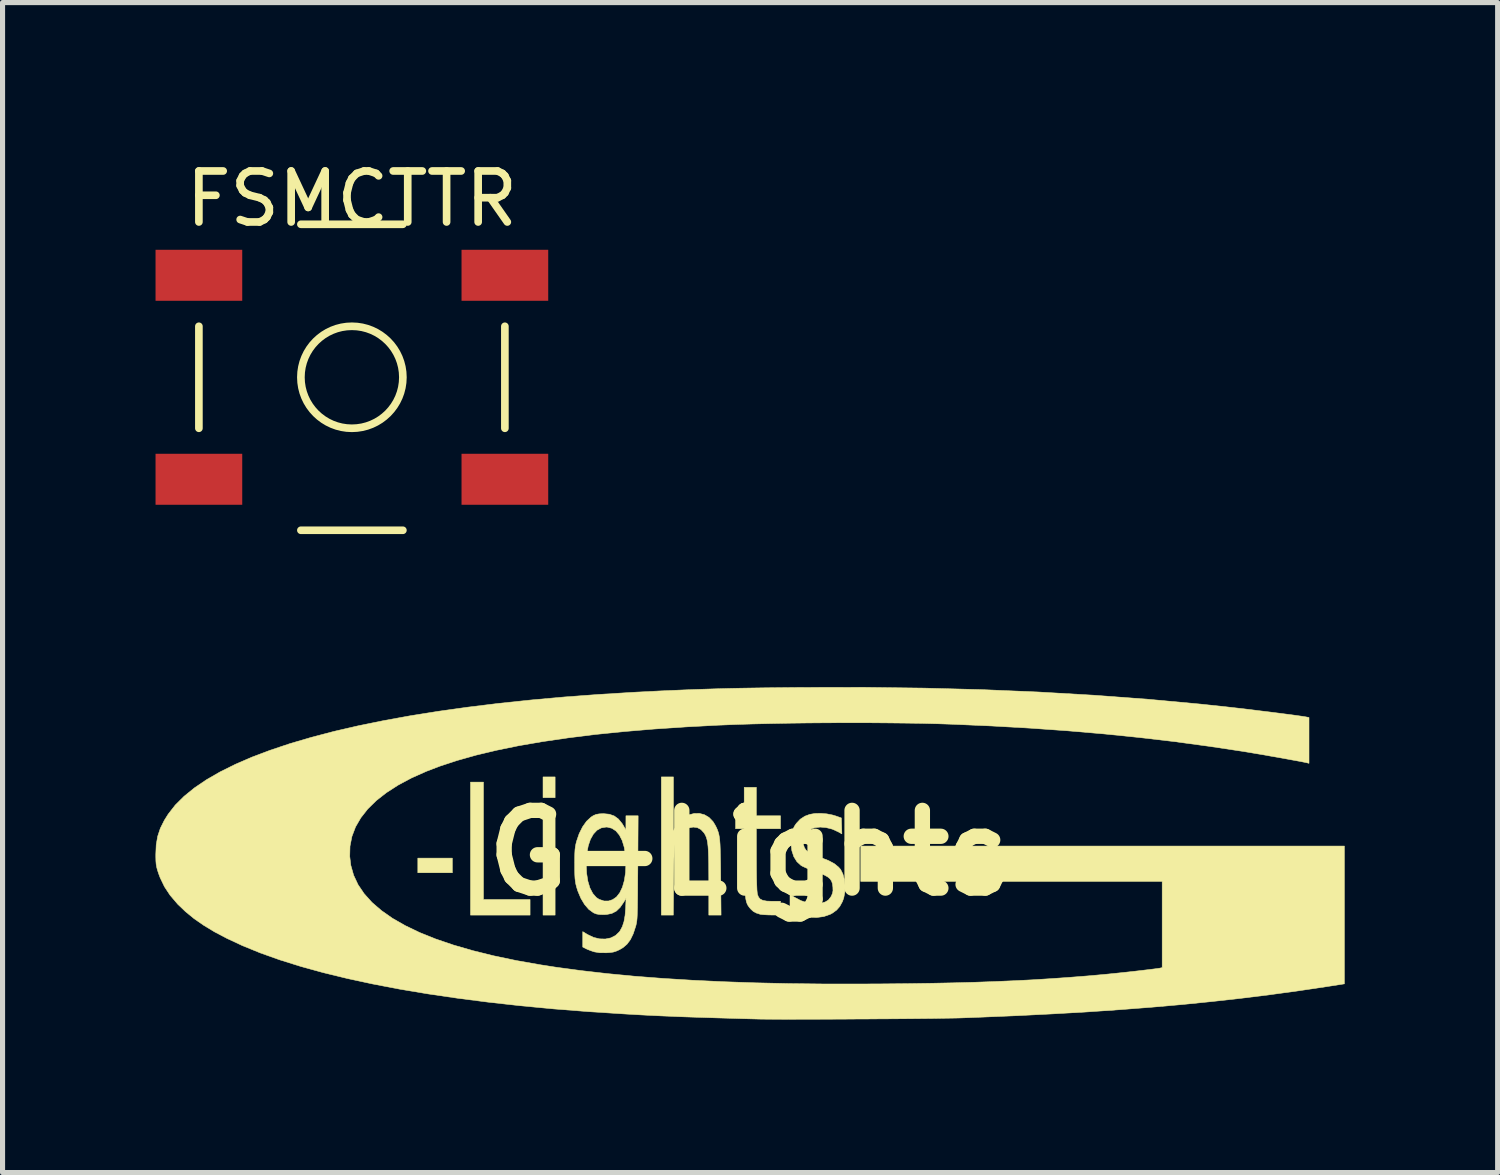
<source format=kicad_pcb>
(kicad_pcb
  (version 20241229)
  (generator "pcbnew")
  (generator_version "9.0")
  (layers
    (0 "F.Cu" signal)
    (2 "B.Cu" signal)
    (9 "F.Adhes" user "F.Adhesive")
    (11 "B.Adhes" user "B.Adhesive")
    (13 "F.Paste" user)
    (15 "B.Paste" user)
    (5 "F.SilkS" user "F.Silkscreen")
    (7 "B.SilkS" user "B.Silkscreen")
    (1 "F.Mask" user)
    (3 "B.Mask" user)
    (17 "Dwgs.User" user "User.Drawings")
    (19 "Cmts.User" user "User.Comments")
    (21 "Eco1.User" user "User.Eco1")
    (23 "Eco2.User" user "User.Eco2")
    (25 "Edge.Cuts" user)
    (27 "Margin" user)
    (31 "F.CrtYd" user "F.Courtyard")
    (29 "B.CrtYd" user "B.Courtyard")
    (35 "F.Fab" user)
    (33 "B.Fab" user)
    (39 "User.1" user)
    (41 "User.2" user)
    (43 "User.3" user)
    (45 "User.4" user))
  (footprint "G-Lights"
    (layer "F.Cu")
    (at 11.662 13.675)
    (property "Reference" "G-Lights" (at 0 0 0) (layer "F.SilkS") (effects (font (size 1.524 1.524) (thickness 0.3))))
    (attr through_hole)
    (fp_poly (pts (xy -5.842 0.389) (xy -6.519 0.389) (xy -6.519 0.102) (xy -5.842 0.102) (xy -5.842 0.389)) (stroke (width 0.01) (type solid)) (fill yes) (layer "F.SilkS"))
    (fp_poly (pts (xy -3.827 -1.084) (xy -4.064 -1.084) (xy -4.064 -1.49) (xy -3.827 -1.49) (xy -3.827 -1.084)) (stroke (width 0.01) (type solid)) (fill yes) (layer "F.SilkS"))
    (fp_poly (pts (xy -3.827 1.219) (xy -4.064 1.219) (xy -4.064 -0.728) (xy -3.827 -0.728) (xy -3.827 1.219)) (stroke (width 0.01) (type solid)) (fill yes) (layer "F.SilkS"))
    (fp_poly (pts (xy -5.232 0.914) (xy -4.318 0.914) (xy -4.318 1.219) (xy -5.486 1.219) (xy -5.486 -1.389) (xy -5.232 -1.389) (xy -5.232 0.914)) (stroke (width 0.01) (type solid)) (fill yes) (layer "F.SilkS"))
    (fp_poly (pts (xy 0.119 -0.728) (xy 0.593 -0.728) (xy 0.593 -0.474) (xy 0.119 -0.474) (xy 0.12 0.131) (xy 0.121 0.33) (xy 0.123 0.496) (xy 0.127 0.628) (xy 0.131 0.726) (xy 0.137 0.79) (xy 0.141 0.813) (xy 0.162 0.867) (xy 0.195 0.905) (xy 0.246 0.93) (xy 0.32 0.944) (xy 0.421 0.948) (xy 0.436 0.948) (xy 0.593 0.948) (xy 0.593 1.219) (xy 0.419 1.217) (xy 0.34 1.215) (xy 0.268 1.211) (xy 0.214 1.206) (xy 0.195 1.203) (xy 0.117 1.178) (xy 0.06 1.147) (xy 0.011 1.102) (xy 0.004 1.094) (xy -0.022 1.063) (xy -0.044 1.032) (xy -0.062 0.997) (xy -0.076 0.957) (xy -0.087 0.906) (xy -0.096 0.841) (xy -0.102 0.76) (xy -0.107 0.659) (xy -0.11 0.535) (xy -0.112 0.383) (xy -0.114 0.201) (xy -0.114 0.19) (xy -0.121 -0.474) (xy -0.288 -0.474) (xy -0.288 -0.728) (xy -0.119 -0.728) (xy -0.119 -1.287) (xy 0.119 -1.287) (xy 0.119 -0.728)) (stroke (width 0.01) (type solid)) (fill yes) (layer "F.SilkS"))
    (fp_poly (pts (xy -1.507 -0.961) (xy -1.507 -0.432) (xy -1.463 -0.508) (xy -1.388 -0.614) (xy -1.299 -0.694) (xy -1.202 -0.747) (xy -1.1 -0.774) (xy -0.997 -0.775) (xy -0.899 -0.749) (xy -0.809 -0.696) (xy -0.731 -0.615) (xy -0.687 -0.543) (xy -0.664 -0.498) (xy -0.645 -0.455) (xy -0.63 -0.413) (xy -0.617 -0.367) (xy -0.607 -0.314) (xy -0.599 -0.25) (xy -0.593 -0.172) (xy -0.589 -0.076) (xy -0.586 0.041) (xy -0.583 0.182) (xy -0.581 0.352) (xy -0.58 0.478) (xy -0.573 1.219) (xy -0.813 1.219) (xy -0.813 0.563) (xy -0.814 0.371) (xy -0.815 0.21) (xy -0.818 0.075) (xy -0.822 -0.035) (xy -0.828 -0.125) (xy -0.836 -0.197) (xy -0.847 -0.256) (xy -0.861 -0.304) (xy -0.878 -0.345) (xy -0.899 -0.382) (xy -0.907 -0.394) (xy -0.967 -0.459) (xy -1.039 -0.497) (xy -1.118 -0.507) (xy -1.199 -0.492) (xy -1.279 -0.453) (xy -1.353 -0.392) (xy -1.416 -0.311) (xy -1.464 -0.21) (xy -1.468 -0.198) (xy -1.475 -0.172) (xy -1.482 -0.14) (xy -1.487 -0.098) (xy -1.491 -0.045) (xy -1.494 0.025) (xy -1.497 0.114) (xy -1.499 0.226) (xy -1.501 0.364) (xy -1.503 0.532) (xy -1.503 0.555) (xy -1.509 1.219) (xy -1.744 1.219) (xy -1.744 -1.49) (xy -1.507 -1.49) (xy -1.507 -0.961)) (stroke (width 0.01) (type solid)) (fill yes) (layer "F.SilkS"))
    (fp_poly (pts (xy 1.501 -0.766) (xy 1.617 -0.743) (xy 1.676 -0.725) (xy 1.786 -0.686) (xy 1.791 -0.53) (xy 1.796 -0.374) (xy 1.724 -0.414) (xy 1.607 -0.467) (xy 1.487 -0.497) (xy 1.371 -0.507) (xy 1.264 -0.495) (xy 1.171 -0.462) (xy 1.098 -0.409) (xy 1.078 -0.386) (xy 1.05 -0.324) (xy 1.037 -0.246) (xy 1.041 -0.166) (xy 1.062 -0.102) (xy 1.091 -0.058) (xy 1.132 -0.02) (xy 1.19 0.015) (xy 1.27 0.051) (xy 1.378 0.09) (xy 1.387 0.093) (xy 1.533 0.149) (xy 1.647 0.21) (xy 1.731 0.278) (xy 1.771 0.324) (xy 1.816 0.413) (xy 1.846 0.523) (xy 1.859 0.643) (xy 1.855 0.766) (xy 1.833 0.881) (xy 1.808 0.952) (xy 1.755 1.049) (xy 1.692 1.121) (xy 1.612 1.179) (xy 1.566 1.204) (xy 1.442 1.247) (xy 1.301 1.266) (xy 1.15 1.26) (xy 1.033 1.237) (xy 0.961 1.217) (xy 0.893 1.196) (xy 0.844 1.178) (xy 0.842 1.178) (xy 0.779 1.151) (xy 0.779 0.815) (xy 0.874 0.873) (xy 0.992 0.935) (xy 1.104 0.972) (xy 1.223 0.989) (xy 1.278 0.99) (xy 1.387 0.984) (xy 1.469 0.962) (xy 1.532 0.923) (xy 1.579 0.863) (xy 1.589 0.846) (xy 1.612 0.792) (xy 1.622 0.741) (xy 1.62 0.675) (xy 1.62 0.671) (xy 1.611 0.604) (xy 1.593 0.551) (xy 1.562 0.506) (xy 1.514 0.467) (xy 1.445 0.43) (xy 1.351 0.391) (xy 1.251 0.355) (xy 1.169 0.325) (xy 1.092 0.293) (xy 1.029 0.264) (xy 0.996 0.246) (xy 0.915 0.172) (xy 0.854 0.074) (xy 0.815 -0.044) (xy 0.799 -0.178) (xy 0.801 -0.262) (xy 0.813 -0.369) (xy 0.833 -0.452) (xy 0.864 -0.521) (xy 0.903 -0.579) (xy 0.981 -0.662) (xy 1.072 -0.721) (xy 1.167 -0.756) (xy 1.263 -0.773) (xy 1.379 -0.776) (xy 1.501 -0.766)) (stroke (width 0.01) (type solid)) (fill yes) (layer "F.SilkS"))
    (fp_poly (pts (xy -2.764 -0.759) (xy -2.668 -0.725) (xy -2.586 -0.665) (xy -2.513 -0.576) (xy -2.482 -0.525) (xy -2.439 -0.449) (xy -2.438 -0.728) (xy -2.199 -0.728) (xy -2.205 0.292) (xy -2.207 0.504) (xy -2.208 0.685) (xy -2.209 0.838) (xy -2.211 0.965) (xy -2.212 1.071) (xy -2.215 1.156) (xy -2.217 1.225) (xy -2.22 1.28) (xy -2.224 1.324) (xy -2.229 1.359) (xy -2.235 1.39) (xy -2.241 1.418) (xy -2.248 1.442) (xy -2.295 1.585) (xy -2.35 1.699) (xy -2.416 1.788) (xy -2.496 1.857) (xy -2.566 1.898) (xy -2.629 1.926) (xy -2.686 1.944) (xy -2.751 1.953) (xy -2.823 1.958) (xy -2.951 1.957) (xy -3.052 1.941) (xy -3.061 1.939) (xy -3.127 1.917) (xy -3.193 1.891) (xy -3.217 1.88) (xy -3.285 1.845) (xy -3.285 1.543) (xy -3.191 1.6) (xy -3.074 1.656) (xy -2.955 1.685) (xy -2.84 1.688) (xy -2.734 1.666) (xy -2.641 1.618) (xy -2.566 1.546) (xy -2.553 1.527) (xy -2.508 1.443) (xy -2.476 1.344) (xy -2.455 1.224) (xy -2.444 1.084) (xy -2.436 0.889) (xy -2.481 0.965) (xy -2.552 1.068) (xy -2.628 1.141) (xy -2.715 1.186) (xy -2.817 1.207) (xy -2.879 1.21) (xy -2.96 1.207) (xy -3.02 1.196) (xy -3.072 1.175) (xy -3.075 1.173) (xy -3.166 1.107) (xy -3.249 1.011) (xy -3.322 0.889) (xy -3.383 0.744) (xy -3.408 0.663) (xy -3.421 0.61) (xy -3.43 0.557) (xy -3.437 0.498) (xy -3.441 0.425) (xy -3.443 0.332) (xy -3.443 0.22) (xy -3.217 0.22) (xy -3.209 0.399) (xy -3.184 0.556) (xy -3.144 0.688) (xy -3.088 0.795) (xy -3.019 0.874) (xy -2.964 0.91) (xy -2.87 0.942) (xy -2.779 0.942) (xy -2.699 0.916) (xy -2.623 0.863) (xy -2.559 0.781) (xy -2.507 0.672) (xy -2.469 0.54) (xy -2.446 0.385) (xy -2.439 0.22) (xy -2.447 0.043) (xy -2.472 -0.112) (xy -2.512 -0.244) (xy -2.567 -0.351) (xy -2.635 -0.432) (xy -2.715 -0.484) (xy -2.807 -0.507) (xy -2.828 -0.507) (xy -2.922 -0.491) (xy -3.006 -0.445) (xy -3.076 -0.37) (xy -3.134 -0.268) (xy -3.177 -0.141) (xy -3.205 0.01) (xy -3.217 0.182) (xy -3.217 0.22) (xy -3.443 0.22) (xy -3.443 0.102) (xy -3.441 0.01) (xy -3.437 -0.062) (xy -3.43 -0.12) (xy -3.42 -0.173) (xy -3.408 -0.223) (xy -3.355 -0.378) (xy -3.288 -0.512) (xy -3.21 -0.622) (xy -3.122 -0.703) (xy -3.075 -0.733) (xy -3.023 -0.755) (xy -2.963 -0.766) (xy -2.883 -0.77) (xy -2.879 -0.77) (xy -2.764 -0.759)) (stroke (width 0.01) (type solid)) (fill yes) (layer "F.SilkS"))
    (fp_poly (pts (xy 3.407 -3.232) (xy 4.547 -3.202) (xy 5.66 -3.155) (xy 6.746 -3.092) (xy 7.804 -3.013) (xy 8.833 -2.918) (xy 9.367 -2.861) (xy 9.517 -2.844) (xy 9.676 -2.826) (xy 9.841 -2.806) (xy 10.008 -2.785) (xy 10.173 -2.765) (xy 10.331 -2.745) (xy 10.478 -2.726) (xy 10.611 -2.709) (xy 10.726 -2.693) (xy 10.817 -2.68) (xy 10.882 -2.67) (xy 10.909 -2.665) (xy 10.956 -2.656) (xy 10.956 -1.757) (xy 10.914 -1.768) (xy 10.875 -1.776) (xy 10.807 -1.79) (xy 10.715 -1.807) (xy 10.604 -1.827) (xy 10.48 -1.85) (xy 10.346 -1.874) (xy 10.207 -1.898) (xy 10.069 -1.923) (xy 9.936 -1.945) (xy 9.813 -1.966) (xy 9.705 -1.984) (xy 9.67 -1.99) (xy 8.997 -2.091) (xy 8.319 -2.183) (xy 7.634 -2.263) (xy 6.936 -2.334) (xy 6.222 -2.395) (xy 5.487 -2.447) (xy 4.728 -2.49) (xy 3.971 -2.523) (xy 3.681 -2.533) (xy 3.363 -2.541) (xy 3.021 -2.546) (xy 2.66 -2.55) (xy 2.287 -2.553) (xy 1.905 -2.553) (xy 1.519 -2.552) (xy 1.136 -2.549) (xy 0.76 -2.544) (xy 0.396 -2.537) (xy 0.049 -2.529) (xy -0.276 -2.519) (xy -0.573 -2.507) (xy -0.61 -2.506) (xy -1.268 -2.471) (xy -1.894 -2.429) (xy -2.487 -2.379) (xy -3.048 -2.322) (xy -3.576 -2.256) (xy -4.073 -2.183) (xy -4.538 -2.103) (xy -4.972 -2.014) (xy -5.375 -1.918) (xy -5.747 -1.813) (xy -6.088 -1.701) (xy -6.352 -1.6) (xy -6.644 -1.47) (xy -6.905 -1.33) (xy -7.135 -1.182) (xy -7.334 -1.026) (xy -7.501 -0.862) (xy -7.636 -0.69) (xy -7.74 -0.511) (xy -7.811 -0.324) (xy -7.849 -0.132) (xy -7.854 0.068) (xy -7.833 0.243) (xy -7.778 0.437) (xy -7.691 0.623) (xy -7.571 0.8) (xy -7.419 0.969) (xy -7.234 1.129) (xy -7.016 1.282) (xy -6.766 1.425) (xy -6.483 1.561) (xy -6.167 1.688) (xy -5.82 1.806) (xy -5.44 1.916) (xy -5.027 2.018) (xy -4.583 2.111) (xy -4.106 2.195) (xy -3.797 2.243) (xy -3.312 2.308) (xy -2.806 2.366) (xy -2.276 2.417) (xy -1.721 2.46) (xy -1.141 2.496) (xy -0.534 2.525) (xy 0.101 2.547) (xy 0.765 2.562) (xy 1.459 2.57) (xy 2.185 2.57) (xy 2.591 2.568) (xy 3.085 2.563) (xy 3.549 2.556) (xy 3.986 2.547) (xy 4.399 2.536) (xy 4.792 2.522) (xy 5.168 2.506) (xy 5.531 2.488) (xy 5.884 2.466) (xy 6.23 2.442) (xy 6.573 2.415) (xy 6.892 2.387) (xy 7.008 2.376) (xy 7.137 2.363) (xy 7.273 2.349) (xy 7.412 2.334) (xy 7.548 2.319) (xy 7.677 2.304) (xy 7.794 2.29) (xy 7.893 2.278) (xy 7.971 2.268) (xy 8.021 2.261) (xy 8.031 2.259) (xy 8.077 2.249) (xy 8.077 0.559) (xy 2.167 0.559) (xy 2.167 -0.135) (xy 11.65 -0.135) (xy 11.65 2.567) (xy 11.299 2.622) (xy 10.747 2.704) (xy 10.191 2.78) (xy 9.627 2.85) (xy 9.053 2.914) (xy 8.466 2.973) (xy 7.862 3.026) (xy 7.241 3.074) (xy 6.597 3.118) (xy 5.93 3.156) (xy 5.236 3.191) (xy 4.513 3.221) (xy 4.115 3.236) (xy 4.033 3.238) (xy 3.921 3.24) (xy 3.783 3.242) (xy 3.62 3.245) (xy 3.437 3.247) (xy 3.236 3.249) (xy 3.021 3.251) (xy 2.794 3.253) (xy 2.559 3.254) (xy 2.318 3.256) (xy 2.076 3.257) (xy 1.834 3.259) (xy 1.597 3.26) (xy 1.366 3.261) (xy 1.146 3.261) (xy 0.939 3.261) (xy 0.748 3.262) (xy 0.577 3.261) (xy 0.429 3.261) (xy 0.306 3.26) (xy 0.212 3.259) (xy 0.169 3.258) (xy -0.13 3.25) (xy -0.4 3.242) (xy -0.642 3.235) (xy -0.86 3.228) (xy -1.058 3.222) (xy -1.239 3.216) (xy -1.407 3.21) (xy -1.565 3.203) (xy -1.715 3.197) (xy -1.863 3.19) (xy -2.01 3.183) (xy -2.161 3.175) (xy -2.319 3.166) (xy -2.472 3.157) (xy -3.171 3.112) (xy -3.848 3.059) (xy -4.502 2.997) (xy -5.132 2.927) (xy -5.738 2.849) (xy -6.319 2.764) (xy -6.874 2.671) (xy -7.402 2.57) (xy -7.902 2.462) (xy -8.374 2.347) (xy -8.816 2.225) (xy -9.228 2.096) (xy -9.61 1.96) (xy -9.96 1.817) (xy -10.262 1.676) (xy -10.505 1.548) (xy -10.718 1.419) (xy -10.907 1.288) (xy -11.074 1.151) (xy -11.226 1.006) (xy -11.237 0.993) (xy -11.377 0.829) (xy -11.487 0.662) (xy -11.572 0.485) (xy -11.602 0.405) (xy -11.625 0.335) (xy -11.64 0.278) (xy -11.65 0.222) (xy -11.655 0.159) (xy -11.657 0.078) (xy -11.657 0.025) (xy -11.649 -0.159) (xy -11.62 -0.326) (xy -11.568 -0.483) (xy -11.49 -0.639) (xy -11.413 -0.762) (xy -11.275 -0.939) (xy -11.103 -1.11) (xy -10.9 -1.275) (xy -10.664 -1.435) (xy -10.397 -1.589) (xy -10.099 -1.737) (xy -9.771 -1.879) (xy -9.413 -2.014) (xy -9.025 -2.144) (xy -8.609 -2.266) (xy -8.164 -2.383) (xy -7.692 -2.492) (xy -7.192 -2.594) (xy -6.665 -2.69) (xy -6.112 -2.778) (xy -5.534 -2.859) (xy -4.93 -2.933) (xy -4.301 -2.999) (xy -3.648 -3.058) (xy -2.972 -3.108) (xy -2.272 -3.151) (xy -1.803 -3.175) (xy -1.552 -3.186) (xy -1.316 -3.196) (xy -1.09 -3.205) (xy -0.871 -3.212) (xy -0.654 -3.219) (xy -0.433 -3.225) (xy -0.203 -3.23) (xy 0.038 -3.234) (xy 0.298 -3.238) (xy 0.579 -3.241) (xy 0.887 -3.244) (xy 1.05 -3.245) (xy 2.241 -3.247) (xy 3.407 -3.232)) (stroke (width 0.01) (type solid)) (fill yes) (layer "F.SilkS")))
  (footprint "FSMCTTR"
    (layer "F.Cu")
    (at 3.85 0.348)
    (property "Reference" "FSMCTTR" (at 0 0.5 0) (layer "F.SilkS") (effects (font (size 1 1) (thickness 0.15))))
    (attr through_hole)
    (fp_line (start -3 3) (end -3 5) (stroke (width 0.15) (type solid)) (layer "F.SilkS"))
    (fp_line (start -1 1) (end 1 1) (stroke (width 0.15) (type solid)) (layer "F.SilkS"))
    (fp_line (start -1 7) (end 1 7) (stroke (width 0.15) (type solid)) (layer "F.SilkS"))
    (fp_line (start 3 3) (end 3 5) (stroke (width 0.15) (type solid)) (layer "F.SilkS"))
    (fp_circle (center 0 4) (end 0 3) (stroke (width 0.15) (type solid)) (fill no) (layer "F.SilkS"))
    (pad "1" smd rect (at -3 2) (size 1.7 1) (layers "F.Cu" "F.Mask" "F.Paste"))
    (pad "1" smd rect (at 3 2) (size 1.7 1) (layers "F.Cu" "F.Mask" "F.Paste"))
    (pad "2" smd rect (at -3 6) (size 1.7 1) (layers "F.Cu" "F.Mask" "F.Paste"))
    (pad "2" smd rect (at 3 6) (size 1.7 1) (layers "F.Cu" "F.Mask" "F.Paste")))
  (gr_rect
    (start -3 -3)
    (end 26.317 19.942)
    (stroke (width 0.1) (type default))
    (fill no)
    (layer "Edge.Cuts")))
</source>
